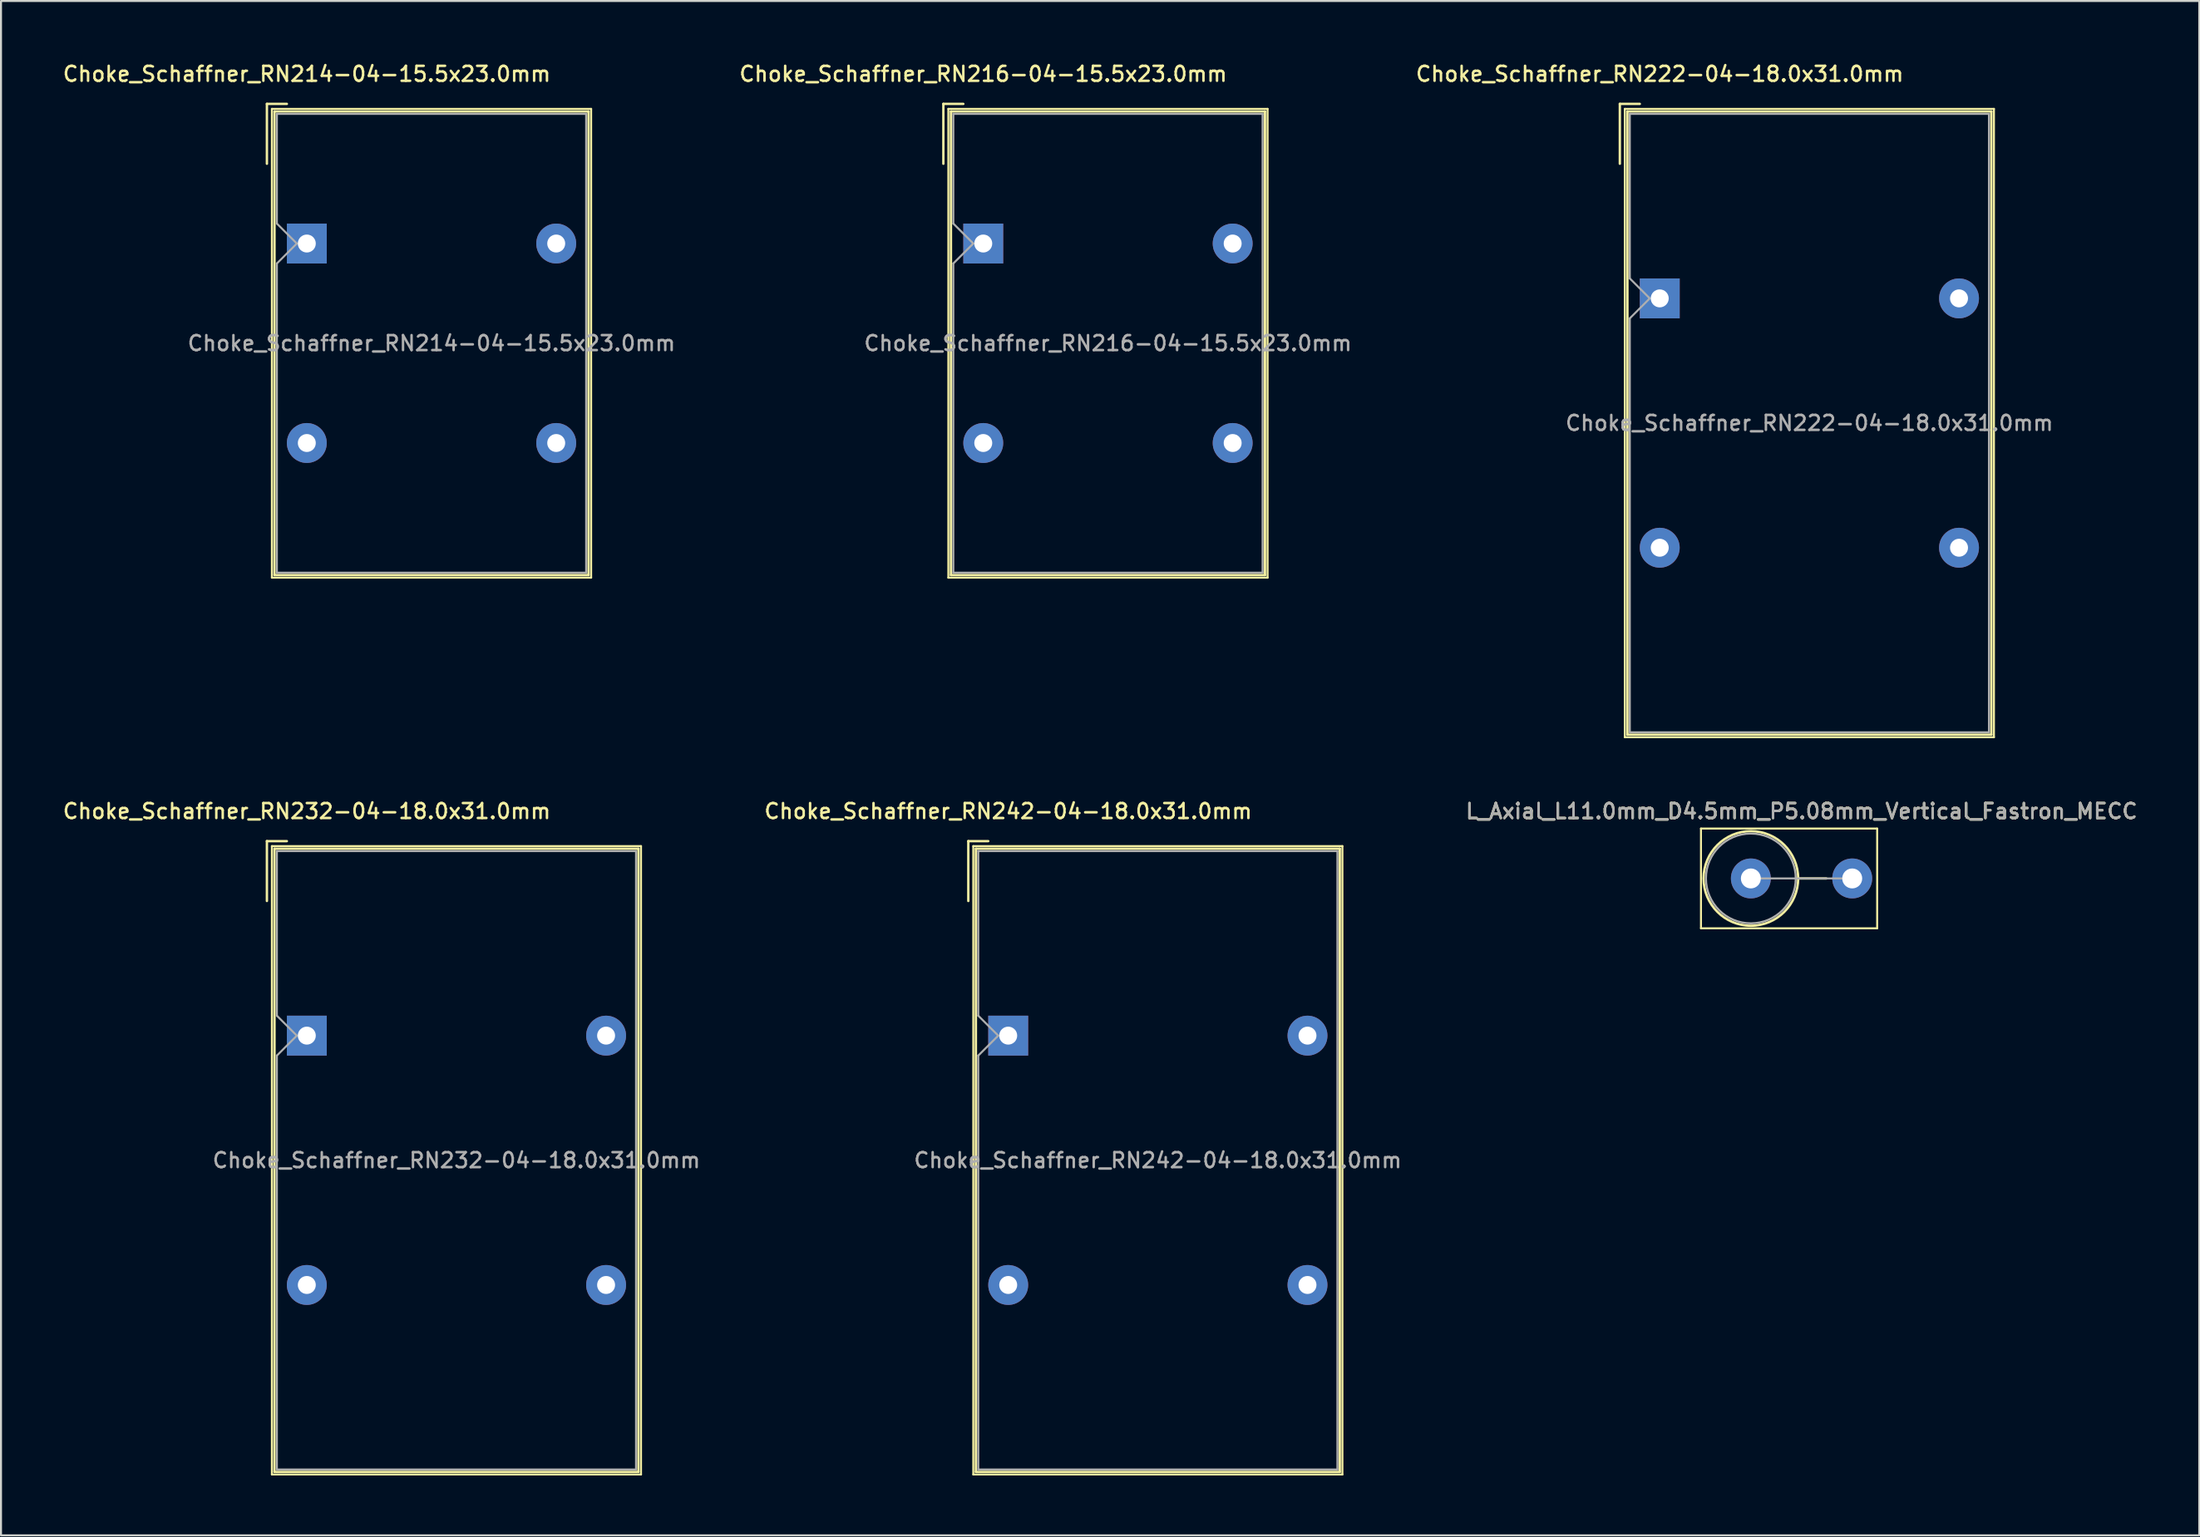
<source format=kicad_pcb>
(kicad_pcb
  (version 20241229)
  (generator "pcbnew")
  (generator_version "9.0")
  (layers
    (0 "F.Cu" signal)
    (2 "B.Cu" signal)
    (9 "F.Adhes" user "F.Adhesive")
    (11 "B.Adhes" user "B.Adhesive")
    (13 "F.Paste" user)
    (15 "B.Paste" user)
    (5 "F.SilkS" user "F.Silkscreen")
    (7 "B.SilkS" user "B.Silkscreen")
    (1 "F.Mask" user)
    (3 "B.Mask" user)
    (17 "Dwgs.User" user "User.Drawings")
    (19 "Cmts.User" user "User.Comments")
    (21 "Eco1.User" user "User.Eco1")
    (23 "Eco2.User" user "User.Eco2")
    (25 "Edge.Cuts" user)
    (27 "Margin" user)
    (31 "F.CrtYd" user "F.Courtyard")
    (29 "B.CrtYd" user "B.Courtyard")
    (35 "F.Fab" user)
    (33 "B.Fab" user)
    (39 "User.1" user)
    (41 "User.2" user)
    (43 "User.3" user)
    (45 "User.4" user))
  (footprint "Choke_Schaffner_RN222-04-18.0x31.0mm"
    (layer "F.Cu")
    (at 80.134 11.908)
    (property "Reference" "Choke_Schaffner_RN222-04-18.0x31.0mm" (at 0 -11.25 0) (layer "F.SilkS") (effects (font (size 0.75 0.75) (thickness 0.125))))
    (attr through_hole)
    (fp_line (start -2 -9.75) (end -2 -6.75) (stroke (width 0.12) (type solid)) (layer "F.SilkS"))
    (fp_line (start -2 -9.75) (end -1 -9.75) (stroke (width 0.12) (type solid)) (layer "F.SilkS"))
    (fp_line (start -1.75 -9.5) (end -1.75 22) (stroke (width 0.1) (type solid)) (layer "F.SilkS"))
    (fp_line (start -1.75 22) (end 16.75 22) (stroke (width 0.1) (type solid)) (layer "F.SilkS"))
    (fp_line (start -1.62 -9.37) (end 16.62 -9.37) (stroke (width 0.12) (type solid)) (layer "F.SilkS"))
    (fp_line (start -1.62 21.87) (end -1.62 -9.37) (stroke (width 0.12) (type solid)) (layer "F.SilkS"))
    (fp_line (start 16.62 -9.37) (end 16.62 21.87) (stroke (width 0.12) (type solid)) (layer "F.SilkS"))
    (fp_line (start 16.62 21.87) (end -1.62 21.87) (stroke (width 0.12) (type solid)) (layer "F.SilkS"))
    (fp_line (start 16.75 -9.5) (end -1.75 -9.5) (stroke (width 0.1) (type solid)) (layer "F.SilkS"))
    (fp_line (start 16.75 22) (end 16.75 -9.5) (stroke (width 0.1) (type solid)) (layer "F.SilkS"))
    (fp_line (start -1.5 -9.25) (end 16.5 -9.25) (stroke (width 0.1) (type solid)) (layer "F.Fab"))
    (fp_line (start -1.5 -1) (end -1.5 -9.25) (stroke (width 0.1) (type solid)) (layer "F.Fab"))
    (fp_line (start -1.5 1) (end -0.5 0) (stroke (width 0.1) (type solid)) (layer "F.Fab"))
    (fp_line (start -1.5 21.75) (end -1.5 1) (stroke (width 0.1) (type solid)) (layer "F.Fab"))
    (fp_line (start -0.5 0) (end -1.5 -1) (stroke (width 0.1) (type solid)) (layer "F.Fab"))
    (fp_line (start 16.5 -9.25) (end 16.5 21.75) (stroke (width 0.1) (type solid)) (layer "F.Fab"))
    (fp_line (start 16.5 21.75) (end -1.5 21.75) (stroke (width 0.1) (type solid)) (layer "F.Fab"))
    (fp_text user "${REFERENCE}" (at 7.5 6.25 0) (layer "F.Fab") (effects (font (size 0.75 0.75) (thickness 0.125))))
    (pad "1" thru_hole rect (at 0 0) (size 2 2) (drill 0.9) (layers "*.Cu" "*.Mask"))
    (pad "2" thru_hole circle (at 15 0) (size 2 2) (drill 0.9) (layers "*.Cu" "*.Mask"))
    (pad "3" thru_hole circle (at 0 12.5) (size 2 2) (drill 0.9) (layers "*.Cu" "*.Mask"))
    (pad "4" thru_hole circle (at 15 12.5) (size 2 2) (drill 0.9) (layers "*.Cu" "*.Mask")))
  (footprint "Choke_Schaffner_RN232-04-18.0x31.0mm"
    (layer "F.Cu")
    (at 12.327 48.866)
    (property "Reference" "Choke_Schaffner_RN232-04-18.0x31.0mm" (at 0 -11.25 0) (layer "F.SilkS") (effects (font (size 0.75 0.75) (thickness 0.125))))
    (attr through_hole)
    (fp_line (start -2 -9.75) (end -2 -6.75) (stroke (width 0.12) (type solid)) (layer "F.SilkS"))
    (fp_line (start -2 -9.75) (end -1 -9.75) (stroke (width 0.12) (type solid)) (layer "F.SilkS"))
    (fp_line (start -1.75 -9.5) (end -1.75 22) (stroke (width 0.1) (type solid)) (layer "F.SilkS"))
    (fp_line (start -1.75 22) (end 16.75 22) (stroke (width 0.1) (type solid)) (layer "F.SilkS"))
    (fp_line (start -1.62 -9.37) (end 16.62 -9.37) (stroke (width 0.12) (type solid)) (layer "F.SilkS"))
    (fp_line (start -1.62 21.87) (end -1.62 -9.37) (stroke (width 0.12) (type solid)) (layer "F.SilkS"))
    (fp_line (start 16.62 -9.37) (end 16.62 21.87) (stroke (width 0.12) (type solid)) (layer "F.SilkS"))
    (fp_line (start 16.62 21.87) (end -1.62 21.87) (stroke (width 0.12) (type solid)) (layer "F.SilkS"))
    (fp_line (start 16.75 -9.5) (end -1.75 -9.5) (stroke (width 0.1) (type solid)) (layer "F.SilkS"))
    (fp_line (start 16.75 22) (end 16.75 -9.5) (stroke (width 0.1) (type solid)) (layer "F.SilkS"))
    (fp_line (start -1.5 -9.25) (end 16.5 -9.25) (stroke (width 0.1) (type solid)) (layer "F.Fab"))
    (fp_line (start -1.5 -1) (end -1.5 -9.25) (stroke (width 0.1) (type solid)) (layer "F.Fab"))
    (fp_line (start -1.5 1) (end -0.5 0) (stroke (width 0.1) (type solid)) (layer "F.Fab"))
    (fp_line (start -1.5 21.75) (end -1.5 1) (stroke (width 0.1) (type solid)) (layer "F.Fab"))
    (fp_line (start -0.5 0) (end -1.5 -1) (stroke (width 0.1) (type solid)) (layer "F.Fab"))
    (fp_line (start 16.5 -9.25) (end 16.5 21.75) (stroke (width 0.1) (type solid)) (layer "F.Fab"))
    (fp_line (start 16.5 21.75) (end -1.5 21.75) (stroke (width 0.1) (type solid)) (layer "F.Fab"))
    (fp_text user "${REFERENCE}" (at 7.5 6.25 0) (layer "F.Fab") (effects (font (size 0.75 0.75) (thickness 0.125))))
    (pad "1" thru_hole rect (at 0 0) (size 2 2) (drill 0.9) (layers "*.Cu" "*.Mask"))
    (pad "2" thru_hole circle (at 15 0) (size 2 2) (drill 0.9) (layers "*.Cu" "*.Mask"))
    (pad "3" thru_hole circle (at 0 12.5) (size 2 2) (drill 0.9) (layers "*.Cu" "*.Mask"))
    (pad "4" thru_hole circle (at 15 12.5) (size 2 2) (drill 0.9) (layers "*.Cu" "*.Mask")))
  (footprint "Choke_Schaffner_RN214-04-15.5x23.0mm"
    (layer "F.Cu")
    (at 12.327 9.158)
    (property "Reference" "Choke_Schaffner_RN214-04-15.5x23.0mm" (at 0 -8.5 0) (layer "F.SilkS") (effects (font (size 0.75 0.75) (thickness 0.125))))
    (attr through_hole)
    (fp_line (start -2 -7) (end -2 -4) (stroke (width 0.12) (type solid)) (layer "F.SilkS"))
    (fp_line (start -2 -7) (end -1 -7) (stroke (width 0.12) (type solid)) (layer "F.SilkS"))
    (fp_line (start -1.75 -6.75) (end -1.75 16.75) (stroke (width 0.1) (type solid)) (layer "F.SilkS"))
    (fp_line (start -1.75 16.75) (end 14.25 16.75) (stroke (width 0.1) (type solid)) (layer "F.SilkS"))
    (fp_line (start -1.62 -6.62) (end 14.12 -6.62) (stroke (width 0.12) (type solid)) (layer "F.SilkS"))
    (fp_line (start -1.62 16.62) (end -1.62 -6.62) (stroke (width 0.12) (type solid)) (layer "F.SilkS"))
    (fp_line (start 14.12 -6.62) (end 14.12 16.62) (stroke (width 0.12) (type solid)) (layer "F.SilkS"))
    (fp_line (start 14.12 16.62) (end -1.62 16.62) (stroke (width 0.12) (type solid)) (layer "F.SilkS"))
    (fp_line (start 14.25 -6.75) (end -1.75 -6.75) (stroke (width 0.1) (type solid)) (layer "F.SilkS"))
    (fp_line (start 14.25 16.75) (end 14.25 -6.75) (stroke (width 0.1) (type solid)) (layer "F.SilkS"))
    (fp_line (start -1.5 -6.5) (end 14 -6.5) (stroke (width 0.1) (type solid)) (layer "F.Fab"))
    (fp_line (start -1.5 -1) (end -1.5 -6.5) (stroke (width 0.1) (type solid)) (layer "F.Fab"))
    (fp_line (start -1.5 1) (end -0.5 0) (stroke (width 0.1) (type solid)) (layer "F.Fab"))
    (fp_line (start -1.5 16.5) (end -1.5 1) (stroke (width 0.1) (type solid)) (layer "F.Fab"))
    (fp_line (start -0.5 0) (end -1.5 -1) (stroke (width 0.1) (type solid)) (layer "F.Fab"))
    (fp_line (start 14 -6.5) (end 14 16.5) (stroke (width 0.1) (type solid)) (layer "F.Fab"))
    (fp_line (start 14 16.5) (end -1.5 16.5) (stroke (width 0.1) (type solid)) (layer "F.Fab"))
    (fp_text user "${REFERENCE}" (at 6.25 5 0) (layer "F.Fab") (effects (font (size 0.75 0.75) (thickness 0.125))))
    (pad "1" thru_hole rect (at 0 0) (size 2 2) (drill 0.9) (layers "*.Cu" "*.Mask"))
    (pad "2" thru_hole circle (at 12.5 0) (size 2 2) (drill 0.9) (layers "*.Cu" "*.Mask"))
    (pad "3" thru_hole circle (at 0 10) (size 2 2) (drill 0.9) (layers "*.Cu" "*.Mask"))
    (pad "4" thru_hole circle (at 12.5 10) (size 2 2) (drill 0.9) (layers "*.Cu" "*.Mask")))
  (footprint "Choke_Schaffner_RN242-04-18.0x31.0mm"
    (layer "F.Cu")
    (at 47.48 48.866)
    (property "Reference" "Choke_Schaffner_RN242-04-18.0x31.0mm" (at 0 -11.25 0) (layer "F.SilkS") (effects (font (size 0.75 0.75) (thickness 0.125))))
    (attr through_hole)
    (fp_line (start -2 -9.75) (end -2 -6.75) (stroke (width 0.12) (type solid)) (layer "F.SilkS"))
    (fp_line (start -2 -9.75) (end -1 -9.75) (stroke (width 0.12) (type solid)) (layer "F.SilkS"))
    (fp_line (start -1.75 -9.5) (end -1.75 22) (stroke (width 0.1) (type solid)) (layer "F.SilkS"))
    (fp_line (start -1.75 22) (end 16.75 22) (stroke (width 0.1) (type solid)) (layer "F.SilkS"))
    (fp_line (start -1.62 -9.37) (end 16.62 -9.37) (stroke (width 0.12) (type solid)) (layer "F.SilkS"))
    (fp_line (start -1.62 21.87) (end -1.62 -9.37) (stroke (width 0.12) (type solid)) (layer "F.SilkS"))
    (fp_line (start 16.62 -9.37) (end 16.62 21.87) (stroke (width 0.12) (type solid)) (layer "F.SilkS"))
    (fp_line (start 16.62 21.87) (end -1.62 21.87) (stroke (width 0.12) (type solid)) (layer "F.SilkS"))
    (fp_line (start 16.75 -9.5) (end -1.75 -9.5) (stroke (width 0.1) (type solid)) (layer "F.SilkS"))
    (fp_line (start 16.75 22) (end 16.75 -9.5) (stroke (width 0.1) (type solid)) (layer "F.SilkS"))
    (fp_line (start -1.5 -9.25) (end 16.5 -9.25) (stroke (width 0.1) (type solid)) (layer "F.Fab"))
    (fp_line (start -1.5 -1) (end -1.5 -9.25) (stroke (width 0.1) (type solid)) (layer "F.Fab"))
    (fp_line (start -1.5 1) (end -0.5 0) (stroke (width 0.1) (type solid)) (layer "F.Fab"))
    (fp_line (start -1.5 21.75) (end -1.5 1) (stroke (width 0.1) (type solid)) (layer "F.Fab"))
    (fp_line (start -0.5 0) (end -1.5 -1) (stroke (width 0.1) (type solid)) (layer "F.Fab"))
    (fp_line (start 16.5 -9.25) (end 16.5 21.75) (stroke (width 0.1) (type solid)) (layer "F.Fab"))
    (fp_line (start 16.5 21.75) (end -1.5 21.75) (stroke (width 0.1) (type solid)) (layer "F.Fab"))
    (fp_text user "${REFERENCE}" (at 7.5 6.25 0) (layer "F.Fab") (effects (font (size 0.75 0.75) (thickness 0.125))))
    (pad "1" thru_hole rect (at 0 0) (size 2 2) (drill 0.9) (layers "*.Cu" "*.Mask"))
    (pad "2" thru_hole circle (at 15 0) (size 2 2) (drill 0.9) (layers "*.Cu" "*.Mask"))
    (pad "3" thru_hole circle (at 0 12.5) (size 2 2) (drill 0.9) (layers "*.Cu" "*.Mask"))
    (pad "4" thru_hole circle (at 15 12.5) (size 2 2) (drill 0.9) (layers "*.Cu" "*.Mask")))
  (footprint "L_Axial_L11.0mm_D4.5mm_P5.08mm_Vertical_Fastron_MECC"
    (layer "F.Cu")
    (at 84.701 40.986)
    (property "Reference" "L_Axial_L11.0mm_D4.5mm_P5.08mm_Vertical_Fastron_MECC" (at 2.54 -3.37 0) (layer "F.SilkS") (effects (font (size 0.75 0.75) (thickness 0.125))))
    (attr through_hole)
    (fp_line (start -2.5 -2.5) (end -2.5 2.5) (stroke (width 0.1) (type solid)) (layer "F.SilkS"))
    (fp_line (start -2.5 2.5) (end 6.33 2.5) (stroke (width 0.1) (type solid)) (layer "F.SilkS"))
    (fp_line (start 2.37 0) (end 3.78 0) (stroke (width 0.12) (type solid)) (layer "F.SilkS"))
    (fp_line (start 6.33 -2.5) (end -2.5 -2.5) (stroke (width 0.1) (type solid)) (layer "F.SilkS"))
    (fp_line (start 6.33 2.5) (end 6.33 -2.5) (stroke (width 0.1) (type solid)) (layer "F.SilkS"))
    (fp_circle (center 0 0) (end 2.37 0) (stroke (width 0.12) (type solid)) (fill no) (layer "F.SilkS"))
    (fp_line (start 0 0) (end 5.08 0) (stroke (width 0.1) (type solid)) (layer "F.Fab"))
    (fp_circle (center 0 0) (end 2.25 0) (stroke (width 0.1) (type solid)) (fill no) (layer "F.Fab"))
    (fp_text user "${REFERENCE}" (at 2.54 -3.37 0) (layer "F.Fab") (effects (font (size 0.75 0.75) (thickness 0.125))))
    (pad "1" thru_hole circle (at 0 0) (size 2 2) (drill 1) (layers "*.Cu" "*.Mask"))
    (pad "2" thru_hole oval (at 5.08 0) (size 2 2) (drill 1) (layers "*.Cu" "*.Mask")))
  (footprint "Choke_Schaffner_RN216-04-15.5x23.0mm"
    (layer "F.Cu")
    (at 46.23 9.158)
    (property "Reference" "Choke_Schaffner_RN216-04-15.5x23.0mm" (at 0 -8.5 0) (layer "F.SilkS") (effects (font (size 0.75 0.75) (thickness 0.125))))
    (attr through_hole)
    (fp_line (start -2 -7) (end -2 -4) (stroke (width 0.12) (type solid)) (layer "F.SilkS"))
    (fp_line (start -2 -7) (end -1 -7) (stroke (width 0.12) (type solid)) (layer "F.SilkS"))
    (fp_line (start -1.75 -6.75) (end -1.75 16.75) (stroke (width 0.1) (type solid)) (layer "F.SilkS"))
    (fp_line (start -1.75 16.75) (end 14.25 16.75) (stroke (width 0.1) (type solid)) (layer "F.SilkS"))
    (fp_line (start -1.62 -6.62) (end 14.12 -6.62) (stroke (width 0.12) (type solid)) (layer "F.SilkS"))
    (fp_line (start -1.62 16.62) (end -1.62 -6.62) (stroke (width 0.12) (type solid)) (layer "F.SilkS"))
    (fp_line (start 14.12 -6.62) (end 14.12 16.62) (stroke (width 0.12) (type solid)) (layer "F.SilkS"))
    (fp_line (start 14.12 16.62) (end -1.62 16.62) (stroke (width 0.12) (type solid)) (layer "F.SilkS"))
    (fp_line (start 14.25 -6.75) (end -1.75 -6.75) (stroke (width 0.1) (type solid)) (layer "F.SilkS"))
    (fp_line (start 14.25 16.75) (end 14.25 -6.75) (stroke (width 0.1) (type solid)) (layer "F.SilkS"))
    (fp_line (start -1.5 -6.5) (end 14 -6.5) (stroke (width 0.1) (type solid)) (layer "F.Fab"))
    (fp_line (start -1.5 -1) (end -1.5 -6.5) (stroke (width 0.1) (type solid)) (layer "F.Fab"))
    (fp_line (start -1.5 1) (end -0.5 0) (stroke (width 0.1) (type solid)) (layer "F.Fab"))
    (fp_line (start -1.5 16.5) (end -1.5 1) (stroke (width 0.1) (type solid)) (layer "F.Fab"))
    (fp_line (start -0.5 0) (end -1.5 -1) (stroke (width 0.1) (type solid)) (layer "F.Fab"))
    (fp_line (start 14 -6.5) (end 14 16.5) (stroke (width 0.1) (type solid)) (layer "F.Fab"))
    (fp_line (start 14 16.5) (end -1.5 16.5) (stroke (width 0.1) (type solid)) (layer "F.Fab"))
    (fp_text user "${REFERENCE}" (at 6.25 5 0) (layer "F.Fab") (effects (font (size 0.75 0.75) (thickness 0.125))))
    (pad "1" thru_hole rect (at 0 0) (size 2 2) (drill 0.9) (layers "*.Cu" "*.Mask"))
    (pad "2" thru_hole circle (at 12.5 0) (size 2 2) (drill 0.9) (layers "*.Cu" "*.Mask"))
    (pad "3" thru_hole circle (at 0 10) (size 2 2) (drill 0.9) (layers "*.Cu" "*.Mask"))
    (pad "4" thru_hole circle (at 12.5 10) (size 2 2) (drill 0.9) (layers "*.Cu" "*.Mask")))
  (gr_rect
    (start -3 -3)
    (end 107.175 73.916)
    (stroke (width 0.1) (type default))
    (fill no)
    (layer "Edge.Cuts")))
</source>
